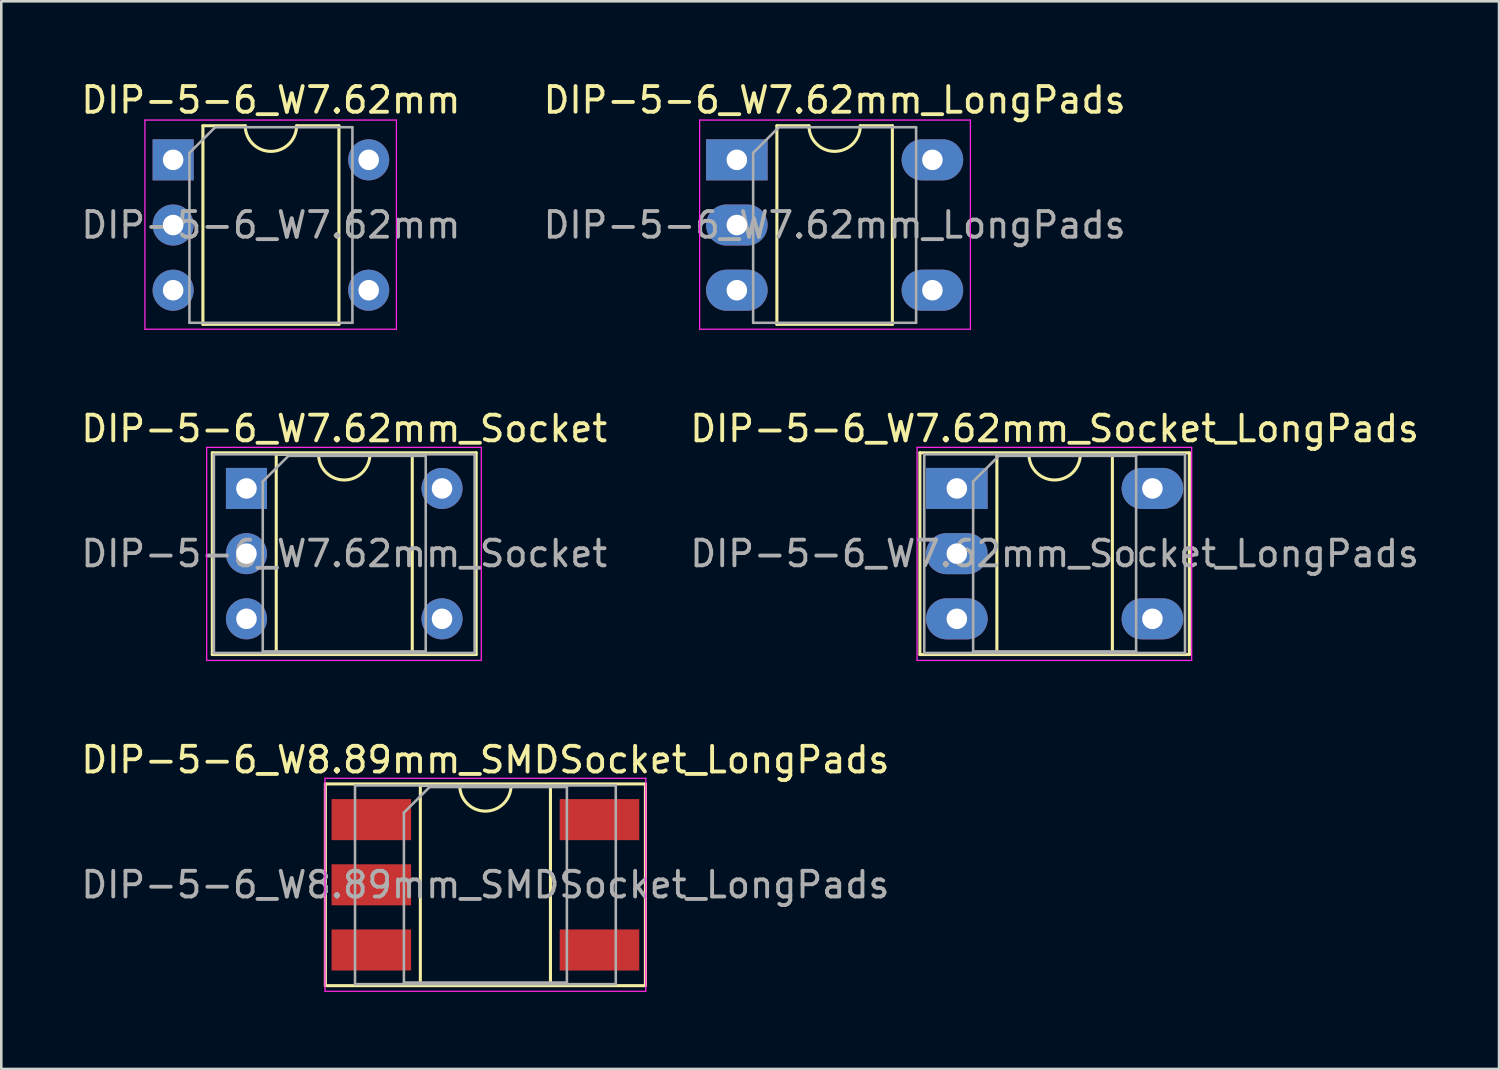
<source format=kicad_pcb>
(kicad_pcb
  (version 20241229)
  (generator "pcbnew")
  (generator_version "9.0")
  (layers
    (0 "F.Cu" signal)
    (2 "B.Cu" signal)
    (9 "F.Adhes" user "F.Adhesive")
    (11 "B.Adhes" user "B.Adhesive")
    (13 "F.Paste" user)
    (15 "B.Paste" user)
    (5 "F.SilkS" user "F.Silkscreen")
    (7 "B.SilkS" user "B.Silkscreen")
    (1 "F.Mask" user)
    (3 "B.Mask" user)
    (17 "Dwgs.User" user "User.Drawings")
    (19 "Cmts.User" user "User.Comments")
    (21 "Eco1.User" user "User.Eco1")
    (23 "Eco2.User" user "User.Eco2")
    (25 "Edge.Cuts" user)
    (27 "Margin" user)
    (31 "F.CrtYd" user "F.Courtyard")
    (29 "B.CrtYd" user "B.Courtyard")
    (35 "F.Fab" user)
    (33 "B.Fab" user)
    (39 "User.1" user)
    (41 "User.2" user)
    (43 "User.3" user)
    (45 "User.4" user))
  (footprint "DIP-5-6_W7.62mm"
    (layer "F.Cu")
    (at 3.696 3.178)
    (property "Reference" "DIP-5-6_W7.62mm" (at 3.81 -2.33 0) (layer "F.SilkS") (effects (font (size 1 1) (thickness 0.15))))
    (attr through_hole)
    (fp_line (start 1.16 -1.33) (end 1.16 6.41) (stroke (width 0.12) (type solid)) (layer "F.SilkS"))
    (fp_line (start 1.16 6.41) (end 6.46 6.41) (stroke (width 0.12) (type solid)) (layer "F.SilkS"))
    (fp_line (start 2.81 -1.33) (end 1.16 -1.33) (stroke (width 0.12) (type solid)) (layer "F.SilkS"))
    (fp_line (start 6.46 -1.33) (end 4.81 -1.33) (stroke (width 0.12) (type solid)) (layer "F.SilkS"))
    (fp_line (start 6.46 6.41) (end 6.46 -1.33) (stroke (width 0.12) (type solid)) (layer "F.SilkS"))
    (fp_arc (start 4.81 -1.33) (mid 3.81 -0.33) (end 2.81 -1.33) (stroke (width 0.12) (type solid)) (layer "F.SilkS"))
    (fp_line (start -1.1 -1.55) (end -1.1 6.6) (stroke (width 0.05) (type solid)) (layer "F.CrtYd"))
    (fp_line (start -1.1 6.6) (end 8.7 6.6) (stroke (width 0.05) (type solid)) (layer "F.CrtYd"))
    (fp_line (start 8.7 -1.55) (end -1.1 -1.55) (stroke (width 0.05) (type solid)) (layer "F.CrtYd"))
    (fp_line (start 8.7 6.6) (end 8.7 -1.55) (stroke (width 0.05) (type solid)) (layer "F.CrtYd"))
    (fp_line (start 0.635 -0.27) (end 1.635 -1.27) (stroke (width 0.1) (type solid)) (layer "F.Fab"))
    (fp_line (start 0.635 6.35) (end 0.635 -0.27) (stroke (width 0.1) (type solid)) (layer "F.Fab"))
    (fp_line (start 1.635 -1.27) (end 6.985 -1.27) (stroke (width 0.1) (type solid)) (layer "F.Fab"))
    (fp_line (start 6.985 -1.27) (end 6.985 6.35) (stroke (width 0.1) (type solid)) (layer "F.Fab"))
    (fp_line (start 6.985 6.35) (end 0.635 6.35) (stroke (width 0.1) (type solid)) (layer "F.Fab"))
    (fp_text user "${REFERENCE}" (at 3.81 2.54 0) (layer "F.Fab") (effects (font (size 1 1) (thickness 0.15))))
    (pad "1" thru_hole rect (at 0 0) (size 1.6 1.6) (drill 0.8) (layers "*.Cu" "*.Mask"))
    (pad "2" thru_hole oval (at 0 2.54) (size 1.6 1.6) (drill 0.8) (layers "*.Cu" "*.Mask"))
    (pad "3" thru_hole oval (at 0 5.08) (size 1.6 1.6) (drill 0.8) (layers "*.Cu" "*.Mask"))
    (pad "4" thru_hole oval (at 7.62 5.08) (size 1.6 1.6) (drill 0.8) (layers "*.Cu" "*.Mask"))
    (pad "6" thru_hole oval (at 7.62 0) (size 1.6 1.6) (drill 0.8) (layers "*.Cu" "*.Mask")))
  (footprint "DIP-5-6_W7.62mm_Socket"
    (layer "F.Cu")
    (at 6.553 15.982)
    (property "Reference" "DIP-5-6_W7.62mm_Socket" (at 3.81 -2.33 0) (layer "F.SilkS") (effects (font (size 1 1) (thickness 0.15))))
    (attr through_hole)
    (fp_line (start -1.33 -1.39) (end -1.33 6.47) (stroke (width 0.12) (type solid)) (layer "F.SilkS"))
    (fp_line (start -1.33 6.47) (end 8.95 6.47) (stroke (width 0.12) (type solid)) (layer "F.SilkS"))
    (fp_line (start 1.16 -1.33) (end 1.16 6.41) (stroke (width 0.12) (type solid)) (layer "F.SilkS"))
    (fp_line (start 1.16 6.41) (end 6.46 6.41) (stroke (width 0.12) (type solid)) (layer "F.SilkS"))
    (fp_line (start 2.81 -1.33) (end 1.16 -1.33) (stroke (width 0.12) (type solid)) (layer "F.SilkS"))
    (fp_line (start 6.46 -1.33) (end 4.81 -1.33) (stroke (width 0.12) (type solid)) (layer "F.SilkS"))
    (fp_line (start 6.46 6.41) (end 6.46 -1.33) (stroke (width 0.12) (type solid)) (layer "F.SilkS"))
    (fp_line (start 8.95 -1.39) (end -1.33 -1.39) (stroke (width 0.12) (type solid)) (layer "F.SilkS"))
    (fp_line (start 8.95 6.47) (end 8.95 -1.39) (stroke (width 0.12) (type solid)) (layer "F.SilkS"))
    (fp_arc (start 4.81 -1.33) (mid 3.81 -0.33) (end 2.81 -1.33) (stroke (width 0.12) (type solid)) (layer "F.SilkS"))
    (fp_line (start -1.55 -1.6) (end -1.55 6.7) (stroke (width 0.05) (type solid)) (layer "F.CrtYd"))
    (fp_line (start -1.55 6.7) (end 9.15 6.7) (stroke (width 0.05) (type solid)) (layer "F.CrtYd"))
    (fp_line (start 9.15 -1.6) (end -1.55 -1.6) (stroke (width 0.05) (type solid)) (layer "F.CrtYd"))
    (fp_line (start 9.15 6.7) (end 9.15 -1.6) (stroke (width 0.05) (type solid)) (layer "F.CrtYd"))
    (fp_line (start -1.27 -1.33) (end -1.27 6.41) (stroke (width 0.1) (type solid)) (layer "F.Fab"))
    (fp_line (start -1.27 6.41) (end 8.89 6.41) (stroke (width 0.1) (type solid)) (layer "F.Fab"))
    (fp_line (start 0.635 -0.27) (end 1.635 -1.27) (stroke (width 0.1) (type solid)) (layer "F.Fab"))
    (fp_line (start 0.635 6.35) (end 0.635 -0.27) (stroke (width 0.1) (type solid)) (layer "F.Fab"))
    (fp_line (start 1.635 -1.27) (end 6.985 -1.27) (stroke (width 0.1) (type solid)) (layer "F.Fab"))
    (fp_line (start 6.985 -1.27) (end 6.985 6.35) (stroke (width 0.1) (type solid)) (layer "F.Fab"))
    (fp_line (start 6.985 6.35) (end 0.635 6.35) (stroke (width 0.1) (type solid)) (layer "F.Fab"))
    (fp_line (start 8.89 -1.33) (end -1.27 -1.33) (stroke (width 0.1) (type solid)) (layer "F.Fab"))
    (fp_line (start 8.89 6.41) (end 8.89 -1.33) (stroke (width 0.1) (type solid)) (layer "F.Fab"))
    (fp_text user "${REFERENCE}" (at 3.81 2.54 0) (layer "F.Fab") (effects (font (size 1 1) (thickness 0.15))))
    (pad "1" thru_hole rect (at 0 0) (size 1.6 1.6) (drill 0.8) (layers "*.Cu" "*.Mask"))
    (pad "2" thru_hole oval (at 0 2.54) (size 1.6 1.6) (drill 0.8) (layers "*.Cu" "*.Mask"))
    (pad "3" thru_hole oval (at 0 5.08) (size 1.6 1.6) (drill 0.8) (layers "*.Cu" "*.Mask"))
    (pad "4" thru_hole oval (at 7.62 5.08) (size 1.6 1.6) (drill 0.8) (layers "*.Cu" "*.Mask"))
    (pad "6" thru_hole oval (at 7.62 0) (size 1.6 1.6) (drill 0.8) (layers "*.Cu" "*.Mask")))
  (footprint "DIP-5-6_W7.62mm_LongPads"
    (layer "F.Cu")
    (at 25.66 3.178)
    (property "Reference" "DIP-5-6_W7.62mm_LongPads" (at 3.81 -2.33 0) (layer "F.SilkS") (effects (font (size 1 1) (thickness 0.15))))
    (attr through_hole)
    (fp_line (start 1.56 -1.33) (end 1.56 6.41) (stroke (width 0.12) (type solid)) (layer "F.SilkS"))
    (fp_line (start 1.56 6.41) (end 6.06 6.41) (stroke (width 0.12) (type solid)) (layer "F.SilkS"))
    (fp_line (start 2.81 -1.33) (end 1.56 -1.33) (stroke (width 0.12) (type solid)) (layer "F.SilkS"))
    (fp_line (start 6.06 -1.33) (end 4.81 -1.33) (stroke (width 0.12) (type solid)) (layer "F.SilkS"))
    (fp_line (start 6.06 6.41) (end 6.06 -1.33) (stroke (width 0.12) (type solid)) (layer "F.SilkS"))
    (fp_arc (start 4.81 -1.33) (mid 3.81 -0.33) (end 2.81 -1.33) (stroke (width 0.12) (type solid)) (layer "F.SilkS"))
    (fp_line (start -1.45 -1.55) (end -1.45 6.6) (stroke (width 0.05) (type solid)) (layer "F.CrtYd"))
    (fp_line (start -1.45 6.6) (end 9.1 6.6) (stroke (width 0.05) (type solid)) (layer "F.CrtYd"))
    (fp_line (start 9.1 -1.55) (end -1.45 -1.55) (stroke (width 0.05) (type solid)) (layer "F.CrtYd"))
    (fp_line (start 9.1 6.6) (end 9.1 -1.55) (stroke (width 0.05) (type solid)) (layer "F.CrtYd"))
    (fp_line (start 0.635 -0.27) (end 1.635 -1.27) (stroke (width 0.1) (type solid)) (layer "F.Fab"))
    (fp_line (start 0.635 6.35) (end 0.635 -0.27) (stroke (width 0.1) (type solid)) (layer "F.Fab"))
    (fp_line (start 1.635 -1.27) (end 6.985 -1.27) (stroke (width 0.1) (type solid)) (layer "F.Fab"))
    (fp_line (start 6.985 -1.27) (end 6.985 6.35) (stroke (width 0.1) (type solid)) (layer "F.Fab"))
    (fp_line (start 6.985 6.35) (end 0.635 6.35) (stroke (width 0.1) (type solid)) (layer "F.Fab"))
    (fp_text user "${REFERENCE}" (at 3.81 2.54 0) (layer "F.Fab") (effects (font (size 1 1) (thickness 0.15))))
    (pad "1" thru_hole rect (at 0 0) (size 2.4 1.6) (drill 0.8) (layers "*.Cu" "*.Mask"))
    (pad "2" thru_hole oval (at 0 2.54) (size 2.4 1.6) (drill 0.8) (layers "*.Cu" "*.Mask"))
    (pad "3" thru_hole oval (at 0 5.08) (size 2.4 1.6) (drill 0.8) (layers "*.Cu" "*.Mask"))
    (pad "4" thru_hole oval (at 7.62 5.08) (size 2.4 1.6) (drill 0.8) (layers "*.Cu" "*.Mask"))
    (pad "6" thru_hole oval (at 7.62 0) (size 2.4 1.6) (drill 0.8) (layers "*.Cu" "*.Mask")))
  (footprint "DIP-5-6_W8.89mm_SMDSocket_LongPads"
    (layer "F.Cu")
    (at 15.863 31.425)
    (property "Reference" "DIP-5-6_W8.89mm_SMDSocket_LongPads" (at 0 -4.87 0) (layer "F.SilkS") (effects (font (size 1 1) (thickness 0.15))))
    (attr smd)
    (fp_line (start -6.235 -3.93) (end -6.235 3.93) (stroke (width 0.12) (type solid)) (layer "F.SilkS"))
    (fp_line (start -6.235 3.93) (end 6.235 3.93) (stroke (width 0.12) (type solid)) (layer "F.SilkS"))
    (fp_line (start -2.535 -3.87) (end -2.535 3.87) (stroke (width 0.12) (type solid)) (layer "F.SilkS"))
    (fp_line (start -2.535 3.87) (end 2.535 3.87) (stroke (width 0.12) (type solid)) (layer "F.SilkS"))
    (fp_line (start -1 -3.87) (end -2.535 -3.87) (stroke (width 0.12) (type solid)) (layer "F.SilkS"))
    (fp_line (start 2.535 -3.87) (end 1 -3.87) (stroke (width 0.12) (type solid)) (layer "F.SilkS"))
    (fp_line (start 2.535 3.87) (end 2.535 -3.87) (stroke (width 0.12) (type solid)) (layer "F.SilkS"))
    (fp_line (start 6.235 -3.93) (end -6.235 -3.93) (stroke (width 0.12) (type solid)) (layer "F.SilkS"))
    (fp_line (start 6.235 3.93) (end 6.235 -3.93) (stroke (width 0.12) (type solid)) (layer "F.SilkS"))
    (fp_arc (start 1 -3.87) (mid 0 -2.87) (end -1 -3.87) (stroke (width 0.12) (type solid)) (layer "F.SilkS"))
    (fp_line (start -6.25 -4.15) (end -6.25 4.15) (stroke (width 0.05) (type solid)) (layer "F.CrtYd"))
    (fp_line (start -6.25 4.15) (end 6.25 4.15) (stroke (width 0.05) (type solid)) (layer "F.CrtYd"))
    (fp_line (start 6.25 -4.15) (end -6.25 -4.15) (stroke (width 0.05) (type solid)) (layer "F.CrtYd"))
    (fp_line (start 6.25 4.15) (end 6.25 -4.15) (stroke (width 0.05) (type solid)) (layer "F.CrtYd"))
    (fp_line (start -5.08 -3.87) (end -5.08 3.87) (stroke (width 0.1) (type solid)) (layer "F.Fab"))
    (fp_line (start -5.08 3.87) (end 5.08 3.87) (stroke (width 0.1) (type solid)) (layer "F.Fab"))
    (fp_line (start -3.175 -2.81) (end -2.175 -3.81) (stroke (width 0.1) (type solid)) (layer "F.Fab"))
    (fp_line (start -3.175 3.81) (end -3.175 -2.81) (stroke (width 0.1) (type solid)) (layer "F.Fab"))
    (fp_line (start -2.175 -3.81) (end 3.175 -3.81) (stroke (width 0.1) (type solid)) (layer "F.Fab"))
    (fp_line (start 3.175 -3.81) (end 3.175 3.81) (stroke (width 0.1) (type solid)) (layer "F.Fab"))
    (fp_line (start 3.175 3.81) (end -3.175 3.81) (stroke (width 0.1) (type solid)) (layer "F.Fab"))
    (fp_line (start 5.08 -3.87) (end -5.08 -3.87) (stroke (width 0.1) (type solid)) (layer "F.Fab"))
    (fp_line (start 5.08 3.87) (end 5.08 -3.87) (stroke (width 0.1) (type solid)) (layer "F.Fab"))
    (fp_text user "${REFERENCE}" (at 0 0 0) (layer "F.Fab") (effects (font (size 1 1) (thickness 0.15))))
    (pad "1" smd rect (at -4.445 -2.54) (size 3.1 1.6) (layers "F.Cu" "F.Mask" "F.Paste"))
    (pad "2" smd rect (at -4.445 0) (size 3.1 1.6) (layers "F.Cu" "F.Mask" "F.Paste"))
    (pad "3" smd rect (at -4.445 2.54) (size 3.1 1.6) (layers "F.Cu" "F.Mask" "F.Paste"))
    (pad "4" smd rect (at 4.445 2.54) (size 3.1 1.6) (layers "F.Cu" "F.Mask" "F.Paste"))
    (pad "6" smd rect (at 4.445 -2.54) (size 3.1 1.6) (layers "F.Cu" "F.Mask" "F.Paste")))
  (footprint "DIP-5-6_W7.62mm_Socket_LongPads"
    (layer "F.Cu")
    (at 34.232 15.982)
    (property "Reference" "DIP-5-6_W7.62mm_Socket_LongPads" (at 3.81 -2.33 0) (layer "F.SilkS") (effects (font (size 1 1) (thickness 0.15))))
    (attr through_hole)
    (fp_line (start -1.44 -1.39) (end -1.44 6.47) (stroke (width 0.12) (type solid)) (layer "F.SilkS"))
    (fp_line (start -1.44 6.47) (end 9.06 6.47) (stroke (width 0.12) (type solid)) (layer "F.SilkS"))
    (fp_line (start 1.56 -1.33) (end 1.56 6.41) (stroke (width 0.12) (type solid)) (layer "F.SilkS"))
    (fp_line (start 1.56 6.41) (end 6.06 6.41) (stroke (width 0.12) (type solid)) (layer "F.SilkS"))
    (fp_line (start 2.81 -1.33) (end 1.56 -1.33) (stroke (width 0.12) (type solid)) (layer "F.SilkS"))
    (fp_line (start 6.06 -1.33) (end 4.81 -1.33) (stroke (width 0.12) (type solid)) (layer "F.SilkS"))
    (fp_line (start 6.06 6.41) (end 6.06 -1.33) (stroke (width 0.12) (type solid)) (layer "F.SilkS"))
    (fp_line (start 9.06 -1.39) (end -1.44 -1.39) (stroke (width 0.12) (type solid)) (layer "F.SilkS"))
    (fp_line (start 9.06 6.47) (end 9.06 -1.39) (stroke (width 0.12) (type solid)) (layer "F.SilkS"))
    (fp_arc (start 4.81 -1.33) (mid 3.81 -0.33) (end 2.81 -1.33) (stroke (width 0.12) (type solid)) (layer "F.SilkS"))
    (fp_line (start -1.55 -1.6) (end -1.55 6.7) (stroke (width 0.05) (type solid)) (layer "F.CrtYd"))
    (fp_line (start -1.55 6.7) (end 9.15 6.7) (stroke (width 0.05) (type solid)) (layer "F.CrtYd"))
    (fp_line (start 9.15 -1.6) (end -1.55 -1.6) (stroke (width 0.05) (type solid)) (layer "F.CrtYd"))
    (fp_line (start 9.15 6.7) (end 9.15 -1.6) (stroke (width 0.05) (type solid)) (layer "F.CrtYd"))
    (fp_line (start -1.27 -1.33) (end -1.27 6.41) (stroke (width 0.1) (type solid)) (layer "F.Fab"))
    (fp_line (start -1.27 6.41) (end 8.89 6.41) (stroke (width 0.1) (type solid)) (layer "F.Fab"))
    (fp_line (start 0.635 -0.27) (end 1.635 -1.27) (stroke (width 0.1) (type solid)) (layer "F.Fab"))
    (fp_line (start 0.635 6.35) (end 0.635 -0.27) (stroke (width 0.1) (type solid)) (layer "F.Fab"))
    (fp_line (start 1.635 -1.27) (end 6.985 -1.27) (stroke (width 0.1) (type solid)) (layer "F.Fab"))
    (fp_line (start 6.985 -1.27) (end 6.985 6.35) (stroke (width 0.1) (type solid)) (layer "F.Fab"))
    (fp_line (start 6.985 6.35) (end 0.635 6.35) (stroke (width 0.1) (type solid)) (layer "F.Fab"))
    (fp_line (start 8.89 -1.33) (end -1.27 -1.33) (stroke (width 0.1) (type solid)) (layer "F.Fab"))
    (fp_line (start 8.89 6.41) (end 8.89 -1.33) (stroke (width 0.1) (type solid)) (layer "F.Fab"))
    (fp_text user "${REFERENCE}" (at 3.81 2.54 0) (layer "F.Fab") (effects (font (size 1 1) (thickness 0.15))))
    (pad "1" thru_hole rect (at 0 0) (size 2.4 1.6) (drill 0.8) (layers "*.Cu" "*.Mask"))
    (pad "2" thru_hole oval (at 0 2.54) (size 2.4 1.6) (drill 0.8) (layers "*.Cu" "*.Mask"))
    (pad "3" thru_hole oval (at 0 5.08) (size 2.4 1.6) (drill 0.8) (layers "*.Cu" "*.Mask"))
    (pad "4" thru_hole oval (at 7.62 5.08) (size 2.4 1.6) (drill 0.8) (layers "*.Cu" "*.Mask"))
    (pad "6" thru_hole oval (at 7.62 0) (size 2.4 1.6) (drill 0.8) (layers "*.Cu" "*.Mask")))
  (gr_rect
    (start -3 -3)
    (end 55.357 38.6)
    (stroke (width 0.1) (type default))
    (fill no)
    (layer "Edge.Cuts")))
</source>
